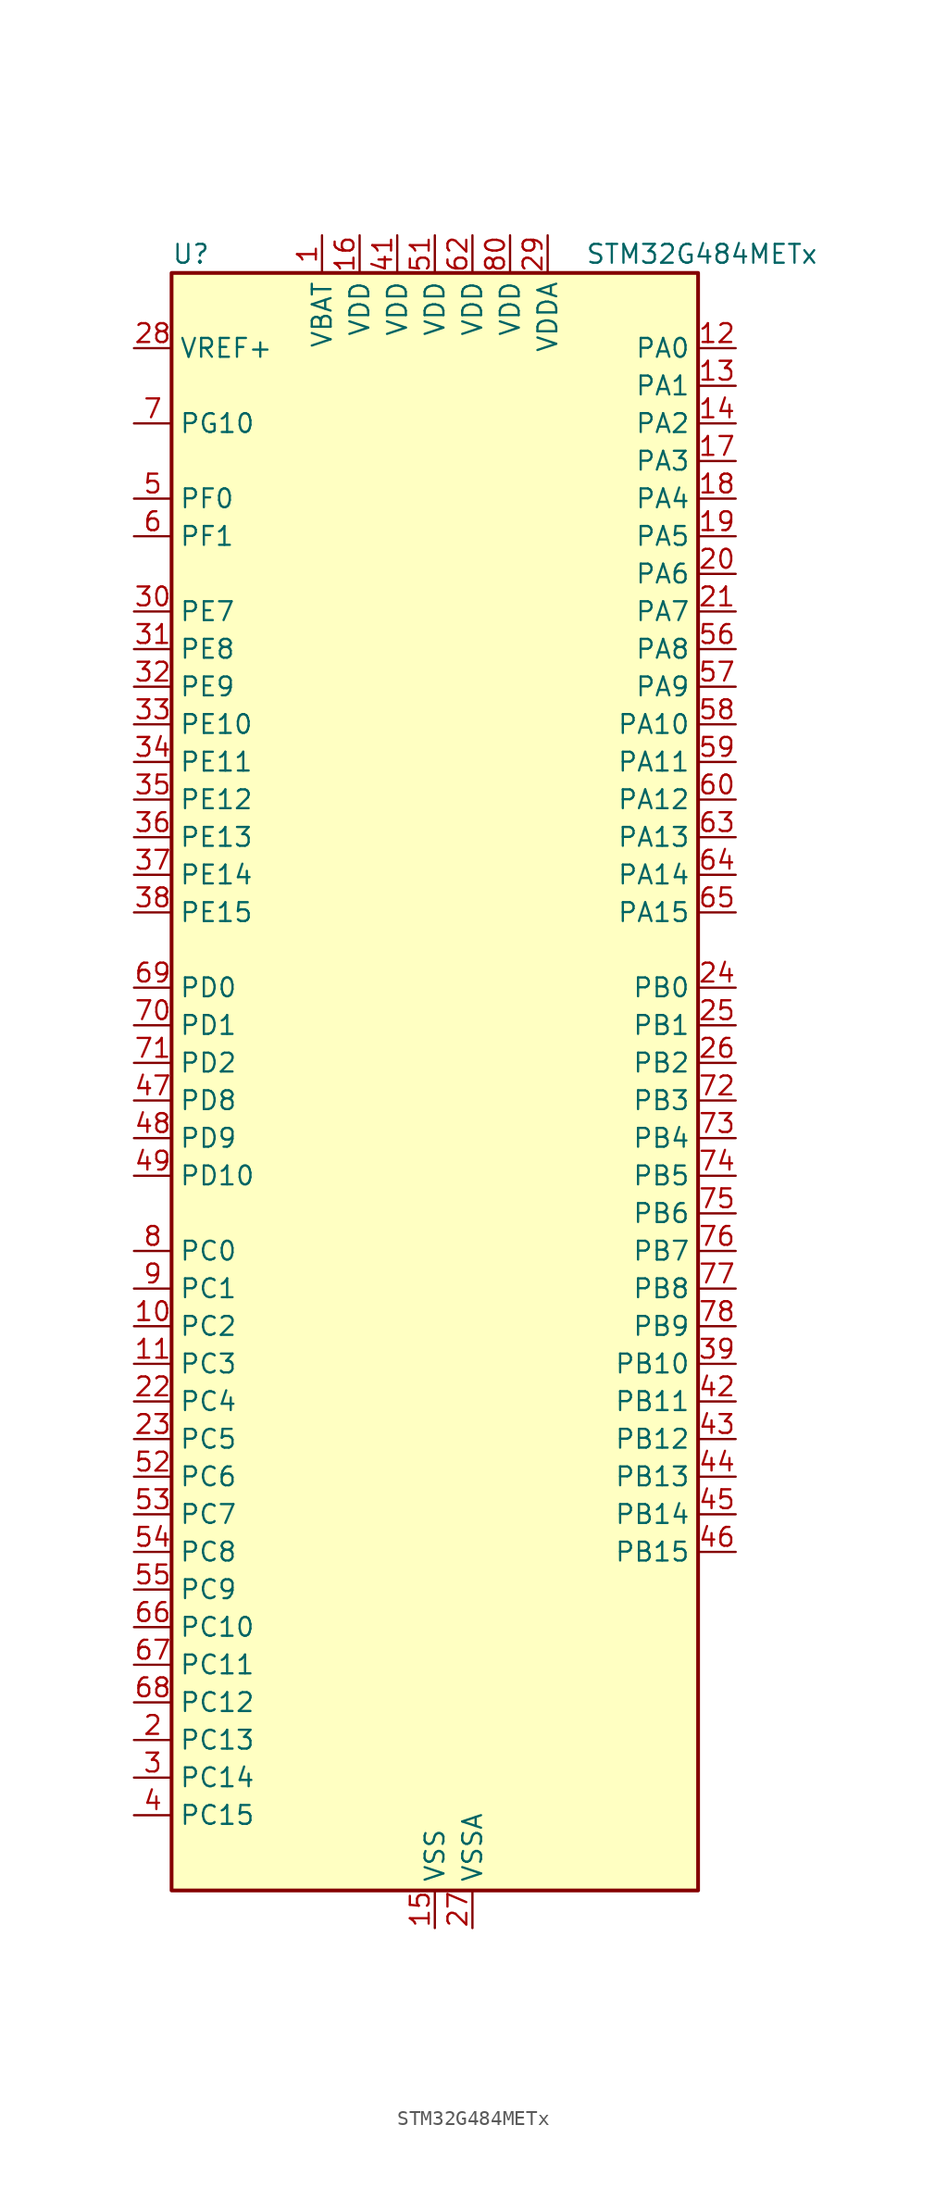
<source format=kicad_sym>
(kicad_symbol_lib
  (version 20241209)
  (generator "kicad_symbol_editor")
  (generator_version "9.0")
  (symbol "STM32G484METx"
    (property "Reference" "U"
      (at -17.78 57.15 0)
      (effects (font (size 1.27 1.27)) (justify left)))
    (property "Value" "STM32G484METx"
      (at 10.16 57.15 0)
      (effects (font (size 1.27 1.27)) (justify left)))
    (symbol "STM32G484METx_0_1"
      (rectangle (start -17.78 -53.34) (end 17.78 55.88) (stroke (width 0.254) (type default)) (fill (type background))))
    (symbol "STM32G484METx_1_1"
      (pin input line (at -20.32 50.8 0) (length 2.54) (name "VREF+" (effects (font (size 1.27 1.27)))) (number "28" (effects (font (size 1.27 1.27)))) (alternate "VREFBUF_OUT" bidirectional line))
      (pin bidirectional line (at -20.32 45.72 0) (length 2.54) (name "PG10" (effects (font (size 1.27 1.27)))) (number "7" (effects (font (size 1.27 1.27)))) (alternate "DAC1_EXTI10" bidirectional line) (alternate "DAC2_EXTI10" bidirectional line) (alternate "DAC3_EXTI10" bidirectional line) (alternate "DAC4_EXTI10" bidirectional line) (alternate "RCC_MCO" bidirectional line))
      (pin bidirectional line (at -20.32 40.64 0) (length 2.54) (name "PF0" (effects (font (size 1.27 1.27)))) (number "5" (effects (font (size 1.27 1.27)))) (alternate "ADC1_IN10" bidirectional line) (alternate "I2C2_SDA" bidirectional line) (alternate "I2S2_WS" bidirectional line) (alternate "RCC_OSC_IN" bidirectional line) (alternate "SPI2_NSS" bidirectional line) (alternate "TIM1_CH3N" bidirectional line))
      (pin bidirectional line (at -20.32 38.1 0) (length 2.54) (name "PF1" (effects (font (size 1.27 1.27)))) (number "6" (effects (font (size 1.27 1.27)))) (alternate "ADC2_IN10" bidirectional line) (alternate "COMP3_INM" bidirectional line) (alternate "I2S2_CK" bidirectional line) (alternate "RCC_OSC_OUT" bidirectional line) (alternate "SPI2_SCK" bidirectional line))
      (pin bidirectional line (at -20.32 33.02 0) (length 2.54) (name "PE7" (effects (font (size 1.27 1.27)))) (number "30" (effects (font (size 1.27 1.27)))) (alternate "ADC3_IN4" bidirectional line) (alternate "COMP4_INP" bidirectional line) (alternate "SAI1_SD_B" bidirectional line) (alternate "TIM1_ETR" bidirectional line))
      (pin bidirectional line (at -20.32 30.48 0) (length 2.54) (name "PE8" (effects (font (size 1.27 1.27)))) (number "31" (effects (font (size 1.27 1.27)))) (alternate "ADC3_IN6" bidirectional line) (alternate "ADC4_IN6" bidirectional line) (alternate "ADC5_IN6" bidirectional line) (alternate "COMP4_INM" bidirectional line) (alternate "SAI1_SCK_B" bidirectional line) (alternate "TIM1_CH1N" bidirectional line) (alternate "TIM5_CH3" bidirectional line))
      (pin bidirectional line (at -20.32 27.94 0) (length 2.54) (name "PE9" (effects (font (size 1.27 1.27)))) (number "32" (effects (font (size 1.27 1.27)))) (alternate "ADC3_IN2" bidirectional line) (alternate "DAC1_EXTI9" bidirectional line) (alternate "DAC2_EXTI9" bidirectional line) (alternate "DAC3_EXTI9" bidirectional line) (alternate "DAC4_EXTI9" bidirectional line) (alternate "SAI1_FS_B" bidirectional line) (alternate "TIM1_CH1" bidirectional line) (alternate "TIM5_CH4" bidirectional line))
      (pin bidirectional line (at -20.32 25.4 0) (length 2.54) (name "PE10" (effects (font (size 1.27 1.27)))) (number "33" (effects (font (size 1.27 1.27)))) (alternate "ADC3_IN14" bidirectional line) (alternate "ADC4_IN14" bidirectional line) (alternate "ADC5_IN14" bidirectional line) (alternate "DAC1_EXTI10" bidirectional line) (alternate "DAC2_EXTI10" bidirectional line) (alternate "DAC3_EXTI10" bidirectional line) (alternate "DAC4_EXTI10" bidirectional line) (alternate "QUADSPI1_CLK" bidirectional line) (alternate "SAI1_MCLK_B" bidirectional line) (alternate "TIM1_CH2N" bidirectional line))
      (pin bidirectional line (at -20.32 22.86 0) (length 2.54) (name "PE11" (effects (font (size 1.27 1.27)))) (number "34" (effects (font (size 1.27 1.27)))) (alternate "ADC1_EXTI11" bidirectional line) (alternate "ADC2_EXTI11" bidirectional line) (alternate "ADC3_IN15" bidirectional line) (alternate "ADC4_IN15" bidirectional line) (alternate "ADC5_IN15" bidirectional line) (alternate "QUADSPI1_BK1_NCS" bidirectional line) (alternate "SPI4_NSS" bidirectional line) (alternate "TIM1_CH2" bidirectional line))
      (pin bidirectional line (at -20.32 20.32 0) (length 2.54) (name "PE12" (effects (font (size 1.27 1.27)))) (number "35" (effects (font (size 1.27 1.27)))) (alternate "ADC3_IN16" bidirectional line) (alternate "ADC4_IN16" bidirectional line) (alternate "ADC5_IN16" bidirectional line) (alternate "QUADSPI1_BK1_IO0" bidirectional line) (alternate "SPI4_SCK" bidirectional line) (alternate "TIM1_CH3N" bidirectional line))
      (pin bidirectional line (at -20.32 17.78 0) (length 2.54) (name "PE13" (effects (font (size 1.27 1.27)))) (number "36" (effects (font (size 1.27 1.27)))) (alternate "ADC3_IN3" bidirectional line) (alternate "QUADSPI1_BK1_IO1" bidirectional line) (alternate "SPI4_MISO" bidirectional line) (alternate "TIM1_CH3" bidirectional line))
      (pin bidirectional line (at -20.32 15.24 0) (length 2.54) (name "PE14" (effects (font (size 1.27 1.27)))) (number "37" (effects (font (size 1.27 1.27)))) (alternate "ADC4_IN1" bidirectional line) (alternate "QUADSPI1_BK1_IO2" bidirectional line) (alternate "SPI4_MOSI" bidirectional line) (alternate "TIM1_BKIN2" bidirectional line) (alternate "TIM1_CH4" bidirectional line))
      (pin bidirectional line (at -20.32 12.7 0) (length 2.54) (name "PE15" (effects (font (size 1.27 1.27)))) (number "38" (effects (font (size 1.27 1.27)))) (alternate "ADC1_EXTI15" bidirectional line) (alternate "ADC2_EXTI15" bidirectional line) (alternate "ADC4_IN2" bidirectional line) (alternate "QUADSPI1_BK1_IO3" bidirectional line) (alternate "TIM1_BKIN" bidirectional line) (alternate "TIM1_CH4N" bidirectional line) (alternate "USART3_RX" bidirectional line))
      (pin bidirectional line (at -20.32 7.62 0) (length 2.54) (name "PD0" (effects (font (size 1.27 1.27)))) (number "69" (effects (font (size 1.27 1.27)))) (alternate "FDCAN1_RX" bidirectional line) (alternate "TIM8_CH4N" bidirectional line))
      (pin bidirectional line (at -20.32 5.08 0) (length 2.54) (name "PD1" (effects (font (size 1.27 1.27)))) (number "70" (effects (font (size 1.27 1.27)))) (alternate "FDCAN1_TX" bidirectional line) (alternate "TIM8_BKIN2" bidirectional line) (alternate "TIM8_CH4" bidirectional line))
      (pin bidirectional line (at -20.32 2.54 0) (length 2.54) (name "PD2" (effects (font (size 1.27 1.27)))) (number "71" (effects (font (size 1.27 1.27)))) (alternate "ADC3_EXTI2" bidirectional line) (alternate "ADC4_EXTI2" bidirectional line) (alternate "ADC5_EXTI2" bidirectional line) (alternate "TIM3_ETR" bidirectional line) (alternate "TIM8_BKIN" bidirectional line) (alternate "UART5_RX" bidirectional line))
      (pin bidirectional line (at -20.32 0 0) (length 2.54) (name "PD8" (effects (font (size 1.27 1.27)))) (number "47" (effects (font (size 1.27 1.27)))) (alternate "ADC4_IN12" bidirectional line) (alternate "ADC5_IN12" bidirectional line) (alternate "OPAMP4_VINM" bidirectional line) (alternate "OPAMP4_VINM1" bidirectional line) (alternate "OPAMP4_VINM_SEC" bidirectional line) (alternate "USART3_TX" bidirectional line))
      (pin bidirectional line (at -20.32 -2.54 0) (length 2.54) (name "PD9" (effects (font (size 1.27 1.27)))) (number "48" (effects (font (size 1.27 1.27)))) (alternate "ADC4_IN13" bidirectional line) (alternate "ADC5_IN13" bidirectional line) (alternate "DAC1_EXTI9" bidirectional line) (alternate "DAC2_EXTI9" bidirectional line) (alternate "DAC3_EXTI9" bidirectional line) (alternate "DAC4_EXTI9" bidirectional line) (alternate "OPAMP6_VINP" bidirectional line) (alternate "OPAMP6_VINP_SEC" bidirectional line) (alternate "USART3_RX" bidirectional line))
      (pin bidirectional line (at -20.32 -5.08 0) (length 2.54) (name "PD10" (effects (font (size 1.27 1.27)))) (number "49" (effects (font (size 1.27 1.27)))) (alternate "ADC3_IN7" bidirectional line) (alternate "ADC4_IN7" bidirectional line) (alternate "ADC5_IN7" bidirectional line) (alternate "COMP6_INM" bidirectional line) (alternate "DAC1_EXTI10" bidirectional line) (alternate "DAC2_EXTI10" bidirectional line) (alternate "DAC3_EXTI10" bidirectional line) (alternate "DAC4_EXTI10" bidirectional line) (alternate "USART3_CK" bidirectional line))
      (pin bidirectional line (at -20.32 -10.16 0) (length 2.54) (name "PC0" (effects (font (size 1.27 1.27)))) (number "8" (effects (font (size 1.27 1.27)))) (alternate "ADC1_IN6" bidirectional line) (alternate "ADC2_IN6" bidirectional line) (alternate "COMP3_INM" bidirectional line) (alternate "LPTIM1_IN1" bidirectional line) (alternate "LPUART1_RX" bidirectional line) (alternate "TIM1_CH1" bidirectional line))
      (pin bidirectional line (at -20.32 -12.7 0) (length 2.54) (name "PC1" (effects (font (size 1.27 1.27)))) (number "9" (effects (font (size 1.27 1.27)))) (alternate "ADC1_IN7" bidirectional line) (alternate "ADC2_IN7" bidirectional line) (alternate "COMP3_INP" bidirectional line) (alternate "LPTIM1_OUT" bidirectional line) (alternate "LPUART1_TX" bidirectional line) (alternate "QUADSPI1_BK2_IO0" bidirectional line) (alternate "SAI1_SD_A" bidirectional line) (alternate "TIM1_CH2" bidirectional line))
      (pin bidirectional line (at -20.32 -15.24 0) (length 2.54) (name "PC2" (effects (font (size 1.27 1.27)))) (number "10" (effects (font (size 1.27 1.27)))) (alternate "ADC1_IN8" bidirectional line) (alternate "ADC2_IN8" bidirectional line) (alternate "ADC3_EXTI2" bidirectional line) (alternate "ADC4_EXTI2" bidirectional line) (alternate "ADC5_EXTI2" bidirectional line) (alternate "COMP3_OUT" bidirectional line) (alternate "LPTIM1_IN2" bidirectional line) (alternate "QUADSPI1_BK2_IO1" bidirectional line) (alternate "TIM1_CH3" bidirectional line) (alternate "TIM20_CH2" bidirectional line))
      (pin bidirectional line (at -20.32 -17.78 0) (length 2.54) (name "PC3" (effects (font (size 1.27 1.27)))) (number "11" (effects (font (size 1.27 1.27)))) (alternate "ADC1_IN9" bidirectional line) (alternate "ADC2_IN9" bidirectional line) (alternate "ADC3_EXTI3" bidirectional line) (alternate "ADC4_EXTI3" bidirectional line) (alternate "ADC5_EXTI3" bidirectional line) (alternate "LPTIM1_ETR" bidirectional line) (alternate "OPAMP5_VINP" bidirectional line) (alternate "OPAMP5_VINP_SEC" bidirectional line) (alternate "QUADSPI1_BK2_IO2" bidirectional line) (alternate "SAI1_D1" bidirectional line) (alternate "SAI1_SD_A" bidirectional line) (alternate "TIM1_BKIN2" bidirectional line) (alternate "TIM1_CH4" bidirectional line))
      (pin bidirectional line (at -20.32 -20.32 0) (length 2.54) (name "PC4" (effects (font (size 1.27 1.27)))) (number "22" (effects (font (size 1.27 1.27)))) (alternate "ADC2_IN5" bidirectional line) (alternate "I2C2_SCL" bidirectional line) (alternate "QUADSPI1_BK2_IO3" bidirectional line) (alternate "TIM1_ETR" bidirectional line) (alternate "USART1_TX" bidirectional line))
      (pin bidirectional line (at -20.32 -22.86 0) (length 2.54) (name "PC5" (effects (font (size 1.27 1.27)))) (number "23" (effects (font (size 1.27 1.27)))) (alternate "ADC2_IN11" bidirectional line) (alternate "HRTIM1_EEV10" bidirectional line) (alternate "OPAMP1_VINM" bidirectional line) (alternate "OPAMP1_VINM1" bidirectional line) (alternate "OPAMP1_VINM_SEC" bidirectional line) (alternate "OPAMP2_VINM" bidirectional line) (alternate "OPAMP2_VINM1" bidirectional line) (alternate "OPAMP2_VINM_SEC" bidirectional line) (alternate "SAI1_D3" bidirectional line) (alternate "SYS_WKUP5" bidirectional line) (alternate "TIM15_BKIN" bidirectional line) (alternate "TIM1_CH4N" bidirectional line) (alternate "USART1_RX" bidirectional line))
      (pin bidirectional line (at -20.32 -25.4 0) (length 2.54) (name "PC6" (effects (font (size 1.27 1.27)))) (number "52" (effects (font (size 1.27 1.27)))) (alternate "COMP6_OUT" bidirectional line) (alternate "HRTIM1_CHF1" bidirectional line) (alternate "HRTIM1_EEV10" bidirectional line) (alternate "I2C4_SCL" bidirectional line) (alternate "I2S2_MCK" bidirectional line) (alternate "TIM3_CH1" bidirectional line) (alternate "TIM8_CH1" bidirectional line))
      (pin bidirectional line (at -20.32 -27.94 0) (length 2.54) (name "PC7" (effects (font (size 1.27 1.27)))) (number "53" (effects (font (size 1.27 1.27)))) (alternate "COMP5_OUT" bidirectional line) (alternate "HRTIM1_CHF2" bidirectional line) (alternate "HRTIM1_FLT5" bidirectional line) (alternate "I2C4_SDA" bidirectional line) (alternate "I2S3_MCK" bidirectional line) (alternate "TIM3_CH2" bidirectional line) (alternate "TIM8_CH2" bidirectional line))
      (pin bidirectional line (at -20.32 -30.48 0) (length 2.54) (name "PC8" (effects (font (size 1.27 1.27)))) (number "54" (effects (font (size 1.27 1.27)))) (alternate "COMP7_OUT" bidirectional line) (alternate "HRTIM1_CHE1" bidirectional line) (alternate "I2C3_SCL" bidirectional line) (alternate "TIM20_CH3" bidirectional line) (alternate "TIM3_CH3" bidirectional line) (alternate "TIM8_CH3" bidirectional line))
      (pin bidirectional line (at -20.32 -33.02 0) (length 2.54) (name "PC9" (effects (font (size 1.27 1.27)))) (number "55" (effects (font (size 1.27 1.27)))) (alternate "DAC1_EXTI9" bidirectional line) (alternate "DAC2_EXTI9" bidirectional line) (alternate "DAC3_EXTI9" bidirectional line) (alternate "DAC4_EXTI9" bidirectional line) (alternate "HRTIM1_CHE2" bidirectional line) (alternate "I2C3_SDA" bidirectional line) (alternate "I2S_CKIN" bidirectional line) (alternate "TIM3_CH4" bidirectional line) (alternate "TIM8_BKIN2" bidirectional line) (alternate "TIM8_CH4" bidirectional line))
      (pin bidirectional line (at -20.32 -35.56 0) (length 2.54) (name "PC10" (effects (font (size 1.27 1.27)))) (number "66" (effects (font (size 1.27 1.27)))) (alternate "DAC1_EXTI10" bidirectional line) (alternate "DAC2_EXTI10" bidirectional line) (alternate "DAC3_EXTI10" bidirectional line) (alternate "DAC4_EXTI10" bidirectional line) (alternate "HRTIM1_FLT6" bidirectional line) (alternate "I2S3_CK" bidirectional line) (alternate "SPI3_SCK" bidirectional line) (alternate "TIM8_CH1N" bidirectional line) (alternate "UART4_TX" bidirectional line) (alternate "USART3_TX" bidirectional line))
      (pin bidirectional line (at -20.32 -38.1 0) (length 2.54) (name "PC11" (effects (font (size 1.27 1.27)))) (number "67" (effects (font (size 1.27 1.27)))) (alternate "ADC1_EXTI11" bidirectional line) (alternate "ADC2_EXTI11" bidirectional line) (alternate "HRTIM1_EEV2" bidirectional line) (alternate "I2C3_SDA" bidirectional line) (alternate "SPI3_MISO" bidirectional line) (alternate "TIM8_CH2N" bidirectional line) (alternate "UART4_RX" bidirectional line) (alternate "USART3_RX" bidirectional line))
      (pin bidirectional line (at -20.32 -40.64 0) (length 2.54) (name "PC12" (effects (font (size 1.27 1.27)))) (number "68" (effects (font (size 1.27 1.27)))) (alternate "HRTIM1_EEV1" bidirectional line) (alternate "I2S3_SD" bidirectional line) (alternate "SPI3_MOSI" bidirectional line) (alternate "TIM5_CH2" bidirectional line) (alternate "TIM8_CH3N" bidirectional line) (alternate "UART5_TX" bidirectional line) (alternate "UCPD1_FRSTX1" bidirectional line) (alternate "UCPD1_FRSTX2" bidirectional line) (alternate "USART3_CK" bidirectional line))
      (pin bidirectional line (at -20.32 -43.18 0) (length 2.54) (name "PC13" (effects (font (size 1.27 1.27)))) (number "2" (effects (font (size 1.27 1.27)))) (alternate "RTC_OUT1" bidirectional line) (alternate "RTC_TAMP1" bidirectional line) (alternate "RTC_TS" bidirectional line) (alternate "SYS_WKUP2" bidirectional line) (alternate "TIM1_BKIN" bidirectional line) (alternate "TIM1_CH1N" bidirectional line) (alternate "TIM8_CH4N" bidirectional line))
      (pin bidirectional line (at -20.32 -45.72 0) (length 2.54) (name "PC14" (effects (font (size 1.27 1.27)))) (number "3" (effects (font (size 1.27 1.27)))) (alternate "RCC_OSC32_IN" bidirectional line))
      (pin bidirectional line (at -20.32 -48.26 0) (length 2.54) (name "PC15" (effects (font (size 1.27 1.27)))) (number "4" (effects (font (size 1.27 1.27)))) (alternate "ADC1_EXTI15" bidirectional line) (alternate "ADC2_EXTI15" bidirectional line) (alternate "RCC_OSC32_OUT" bidirectional line))
      (pin power_in line (at -7.62 58.42 270) (length 2.54) (name "VBAT" (effects (font (size 1.27 1.27)))) (number "1" (effects (font (size 1.27 1.27)))))
      (pin power_in line (at -5.08 58.42 270) (length 2.54) (name "VDD" (effects (font (size 1.27 1.27)))) (number "16" (effects (font (size 1.27 1.27)))))
      (pin power_in line (at -2.54 58.42 270) (length 2.54) (name "VDD" (effects (font (size 1.27 1.27)))) (number "41" (effects (font (size 1.27 1.27)))))
      (pin power_in line (at 0 58.42 270) (length 2.54) (name "VDD" (effects (font (size 1.27 1.27)))) (number "51" (effects (font (size 1.27 1.27)))))
      (pin power_in line (at 0 -55.88 90) (length 2.54) (name "VSS" (effects (font (size 1.27 1.27)))) (number "15" (effects (font (size 1.27 1.27)))))
      (pin passive line (at 0 -55.88 90) (length 2.54) (hide yes) (name "VSS" (effects (font (size 1.27 1.27)))) (number "40" (effects (font (size 1.27 1.27)))))
      (pin passive line (at 0 -55.88 90) (length 2.54) (hide yes) (name "VSS" (effects (font (size 1.27 1.27)))) (number "50" (effects (font (size 1.27 1.27)))))
      (pin passive line (at 0 -55.88 90) (length 2.54) (hide yes) (name "VSS" (effects (font (size 1.27 1.27)))) (number "61" (effects (font (size 1.27 1.27)))))
      (pin passive line (at 0 -55.88 90) (length 2.54) (hide yes) (name "VSS" (effects (font (size 1.27 1.27)))) (number "79" (effects (font (size 1.27 1.27)))))
      (pin power_in line (at 2.54 58.42 270) (length 2.54) (name "VDD" (effects (font (size 1.27 1.27)))) (number "62" (effects (font (size 1.27 1.27)))))
      (pin power_in line (at 2.54 -55.88 90) (length 2.54) (name "VSSA" (effects (font (size 1.27 1.27)))) (number "27" (effects (font (size 1.27 1.27)))))
      (pin power_in line (at 5.08 58.42 270) (length 2.54) (name "VDD" (effects (font (size 1.27 1.27)))) (number "80" (effects (font (size 1.27 1.27)))))
      (pin power_in line (at 7.62 58.42 270) (length 2.54) (name "VDDA" (effects (font (size 1.27 1.27)))) (number "29" (effects (font (size 1.27 1.27)))))
      (pin bidirectional line (at 20.32 50.8 180) (length 2.54) (name "PA0" (effects (font (size 1.27 1.27)))) (number "12" (effects (font (size 1.27 1.27)))) (alternate "ADC1_IN1" bidirectional line) (alternate "ADC2_IN1" bidirectional line) (alternate "COMP1_INM" bidirectional line) (alternate "COMP1_OUT" bidirectional line) (alternate "COMP3_INP" bidirectional line) (alternate "RTC_TAMP2" bidirectional line) (alternate "SYS_WKUP1" bidirectional line) (alternate "TIM2_CH1" bidirectional line) (alternate "TIM2_ETR" bidirectional line) (alternate "TIM5_CH1" bidirectional line) (alternate "TIM8_BKIN" bidirectional line) (alternate "TIM8_ETR" bidirectional line) (alternate "USART2_CTS" bidirectional line) (alternate "USART2_NSS" bidirectional line))
      (pin bidirectional line (at 20.32 48.26 180) (length 2.54) (name "PA1" (effects (font (size 1.27 1.27)))) (number "13" (effects (font (size 1.27 1.27)))) (alternate "ADC1_IN2" bidirectional line) (alternate "ADC2_IN2" bidirectional line) (alternate "COMP1_INP" bidirectional line) (alternate "OPAMP1_VINP" bidirectional line) (alternate "OPAMP1_VINP_SEC" bidirectional line) (alternate "OPAMP3_VINP" bidirectional line) (alternate "OPAMP3_VINP_SEC" bidirectional line) (alternate "OPAMP6_VINM" bidirectional line) (alternate "OPAMP6_VINM0" bidirectional line) (alternate "OPAMP6_VINM_SEC" bidirectional line) (alternate "RTC_REFIN" bidirectional line) (alternate "TIM15_CH1N" bidirectional line) (alternate "TIM2_CH2" bidirectional line) (alternate "TIM5_CH2" bidirectional line) (alternate "USART2_DE" bidirectional line) (alternate "USART2_RTS" bidirectional line))
      (pin bidirectional line (at 20.32 45.72 180) (length 2.54) (name "PA2" (effects (font (size 1.27 1.27)))) (number "14" (effects (font (size 1.27 1.27)))) (alternate "ADC1_IN3" bidirectional line) (alternate "ADC3_EXTI2" bidirectional line) (alternate "ADC4_EXTI2" bidirectional line) (alternate "ADC5_EXTI2" bidirectional line) (alternate "COMP2_INM" bidirectional line) (alternate "COMP2_OUT" bidirectional line) (alternate "LPUART1_TX" bidirectional line) (alternate "OPAMP1_VOUT" bidirectional line) (alternate "QUADSPI1_BK1_NCS" bidirectional line) (alternate "RCC_LSCO" bidirectional line) (alternate "SYS_WKUP4" bidirectional line) (alternate "TIM15_CH1" bidirectional line) (alternate "TIM2_CH3" bidirectional line) (alternate "TIM5_CH3" bidirectional line) (alternate "UCPD1_FRSTX1" bidirectional line) (alternate "UCPD1_FRSTX2" bidirectional line) (alternate "USART2_TX" bidirectional line))
      (pin bidirectional line (at 20.32 43.18 180) (length 2.54) (name "PA3" (effects (font (size 1.27 1.27)))) (number "17" (effects (font (size 1.27 1.27)))) (alternate "ADC1_IN4" bidirectional line) (alternate "ADC3_EXTI3" bidirectional line) (alternate "ADC4_EXTI3" bidirectional line) (alternate "ADC5_EXTI3" bidirectional line) (alternate "COMP2_INP" bidirectional line) (alternate "LPUART1_RX" bidirectional line) (alternate "OPAMP1_VINM" bidirectional line) (alternate "OPAMP1_VINM0" bidirectional line) (alternate "OPAMP1_VINM_SEC" bidirectional line) (alternate "OPAMP1_VINP" bidirectional line) (alternate "OPAMP1_VINP_SEC" bidirectional line) (alternate "OPAMP5_VINM" bidirectional line) (alternate "OPAMP5_VINM1" bidirectional line) (alternate "OPAMP5_VINM_SEC" bidirectional line) (alternate "QUADSPI1_CLK" bidirectional line) (alternate "SAI1_CK1" bidirectional line) (alternate "SAI1_MCLK_A" bidirectional line) (alternate "TIM15_CH2" bidirectional line) (alternate "TIM2_CH4" bidirectional line) (alternate "TIM5_CH4" bidirectional line) (alternate "USART2_RX" bidirectional line))
      (pin bidirectional line (at 20.32 40.64 180) (length 2.54) (name "PA4" (effects (font (size 1.27 1.27)))) (number "18" (effects (font (size 1.27 1.27)))) (alternate "ADC2_IN17" bidirectional line) (alternate "COMP1_INM" bidirectional line) (alternate "DAC1_OUT1" bidirectional line) (alternate "I2S3_WS" bidirectional line) (alternate "SAI1_FS_B" bidirectional line) (alternate "SPI1_NSS" bidirectional line) (alternate "SPI3_NSS" bidirectional line) (alternate "TIM3_CH2" bidirectional line) (alternate "USART2_CK" bidirectional line))
      (pin bidirectional line (at 20.32 38.1 180) (length 2.54) (name "PA5" (effects (font (size 1.27 1.27)))) (number "19" (effects (font (size 1.27 1.27)))) (alternate "ADC2_IN13" bidirectional line) (alternate "COMP2_INM" bidirectional line) (alternate "DAC1_OUT2" bidirectional line) (alternate "OPAMP2_VINM" bidirectional line) (alternate "OPAMP2_VINM0" bidirectional line) (alternate "OPAMP2_VINM_SEC" bidirectional line) (alternate "SPI1_SCK" bidirectional line) (alternate "TIM2_CH1" bidirectional line) (alternate "TIM2_ETR" bidirectional line) (alternate "UCPD1_FRSTX1" bidirectional line) (alternate "UCPD1_FRSTX2" bidirectional line))
      (pin bidirectional line (at 20.32 35.56 180) (length 2.54) (name "PA6" (effects (font (size 1.27 1.27)))) (number "20" (effects (font (size 1.27 1.27)))) (alternate "ADC2_IN3" bidirectional line) (alternate "COMP1_OUT" bidirectional line) (alternate "DAC2_OUT1" bidirectional line) (alternate "LPUART1_CTS" bidirectional line) (alternate "OPAMP2_VOUT" bidirectional line) (alternate "QUADSPI1_BK1_IO3" bidirectional line) (alternate "SPI1_MISO" bidirectional line) (alternate "TIM16_CH1" bidirectional line) (alternate "TIM1_BKIN" bidirectional line) (alternate "TIM3_CH1" bidirectional line) (alternate "TIM8_BKIN" bidirectional line))
      (pin bidirectional line (at 20.32 33.02 180) (length 2.54) (name "PA7" (effects (font (size 1.27 1.27)))) (number "21" (effects (font (size 1.27 1.27)))) (alternate "ADC2_IN4" bidirectional line) (alternate "COMP2_INP" bidirectional line) (alternate "COMP2_OUT" bidirectional line) (alternate "OPAMP1_VINP" bidirectional line) (alternate "OPAMP1_VINP_SEC" bidirectional line) (alternate "OPAMP2_VINP" bidirectional line) (alternate "OPAMP2_VINP_SEC" bidirectional line) (alternate "QUADSPI1_BK1_IO2" bidirectional line) (alternate "SPI1_MOSI" bidirectional line) (alternate "TIM17_CH1" bidirectional line) (alternate "TIM1_CH1N" bidirectional line) (alternate "TIM3_CH2" bidirectional line) (alternate "TIM8_CH1N" bidirectional line) (alternate "UCPD1_FRSTX1" bidirectional line) (alternate "UCPD1_FRSTX2" bidirectional line))
      (pin bidirectional line (at 20.32 30.48 180) (length 2.54) (name "PA8" (effects (font (size 1.27 1.27)))) (number "56" (effects (font (size 1.27 1.27)))) (alternate "ADC5_IN1" bidirectional line) (alternate "COMP7_OUT" bidirectional line) (alternate "FDCAN3_RX" bidirectional line) (alternate "HRTIM1_CHA1" bidirectional line) (alternate "I2C2_SDA" bidirectional line) (alternate "I2C3_SCL" bidirectional line) (alternate "I2S2_MCK" bidirectional line) (alternate "OPAMP5_VOUT" bidirectional line) (alternate "RCC_MCO" bidirectional line) (alternate "SAI1_CK2" bidirectional line) (alternate "SAI1_SCK_A" bidirectional line) (alternate "TIM1_CH1" bidirectional line) (alternate "TIM4_ETR" bidirectional line) (alternate "USART1_CK" bidirectional line))
      (pin bidirectional line (at 20.32 27.94 180) (length 2.54) (name "PA9" (effects (font (size 1.27 1.27)))) (number "57" (effects (font (size 1.27 1.27)))) (alternate "ADC5_IN2" bidirectional line) (alternate "COMP5_OUT" bidirectional line) (alternate "DAC1_EXTI9" bidirectional line) (alternate "DAC2_EXTI9" bidirectional line) (alternate "DAC3_EXTI9" bidirectional line) (alternate "DAC4_EXTI9" bidirectional line) (alternate "HRTIM1_CHA2" bidirectional line) (alternate "I2C2_SCL" bidirectional line) (alternate "I2C3_SMBA" bidirectional line) (alternate "I2S3_MCK" bidirectional line) (alternate "SAI1_FS_A" bidirectional line) (alternate "TIM15_BKIN" bidirectional line) (alternate "TIM1_CH2" bidirectional line) (alternate "TIM2_CH3" bidirectional line) (alternate "UCPD1_DBCC1" bidirectional line) (alternate "USART1_TX" bidirectional line))
      (pin bidirectional line (at 20.32 25.4 180) (length 2.54) (name "PA10" (effects (font (size 1.27 1.27)))) (number "58" (effects (font (size 1.27 1.27)))) (alternate "COMP6_OUT" bidirectional line) (alternate "CRS_SYNC" bidirectional line) (alternate "DAC1_EXTI10" bidirectional line) (alternate "DAC2_EXTI10" bidirectional line) (alternate "DAC3_EXTI10" bidirectional line) (alternate "DAC4_EXTI10" bidirectional line) (alternate "HRTIM1_CHB1" bidirectional line) (alternate "I2C2_SMBA" bidirectional line) (alternate "SAI1_D1" bidirectional line) (alternate "SAI1_SD_A" bidirectional line) (alternate "SPI2_MISO" bidirectional line) (alternate "TIM17_BKIN" bidirectional line) (alternate "TIM1_CH3" bidirectional line) (alternate "TIM2_CH4" bidirectional line) (alternate "TIM8_BKIN" bidirectional line) (alternate "UCPD1_DBCC2" bidirectional line) (alternate "USART1_RX" bidirectional line))
      (pin bidirectional line (at 20.32 22.86 180) (length 2.54) (name "PA11" (effects (font (size 1.27 1.27)))) (number "59" (effects (font (size 1.27 1.27)))) (alternate "ADC1_EXTI11" bidirectional line) (alternate "ADC2_EXTI11" bidirectional line) (alternate "COMP1_OUT" bidirectional line) (alternate "FDCAN1_RX" bidirectional line) (alternate "HRTIM1_CHB2" bidirectional line) (alternate "I2S2_SD" bidirectional line) (alternate "SPI2_MOSI" bidirectional line) (alternate "TIM1_BKIN2" bidirectional line) (alternate "TIM1_CH1N" bidirectional line) (alternate "TIM1_CH4" bidirectional line) (alternate "TIM4_CH1" bidirectional line) (alternate "USART1_CTS" bidirectional line) (alternate "USART1_NSS" bidirectional line) (alternate "USB_DM" bidirectional line))
      (pin bidirectional line (at 20.32 20.32 180) (length 2.54) (name "PA12" (effects (font (size 1.27 1.27)))) (number "60" (effects (font (size 1.27 1.27)))) (alternate "COMP2_OUT" bidirectional line) (alternate "FDCAN1_TX" bidirectional line) (alternate "HRTIM1_FLT1" bidirectional line) (alternate "I2S_CKIN" bidirectional line) (alternate "TIM16_CH1" bidirectional line) (alternate "TIM1_CH2N" bidirectional line) (alternate "TIM1_ETR" bidirectional line) (alternate "TIM4_CH2" bidirectional line) (alternate "USART1_DE" bidirectional line) (alternate "USART1_RTS" bidirectional line) (alternate "USB_DP" bidirectional line))
      (pin bidirectional line (at 20.32 17.78 180) (length 2.54) (name "PA13" (effects (font (size 1.27 1.27)))) (number "63" (effects (font (size 1.27 1.27)))) (alternate "I2C1_SCL" bidirectional line) (alternate "I2C4_SCL" bidirectional line) (alternate "IR_OUT" bidirectional line) (alternate "SAI1_SD_B" bidirectional line) (alternate "SYS_JTMS-SWDIO" bidirectional line) (alternate "TIM16_CH1N" bidirectional line) (alternate "TIM4_CH3" bidirectional line) (alternate "USART3_CTS" bidirectional line) (alternate "USART3_NSS" bidirectional line))
      (pin bidirectional line (at 20.32 15.24 180) (length 2.54) (name "PA14" (effects (font (size 1.27 1.27)))) (number "64" (effects (font (size 1.27 1.27)))) (alternate "I2C1_SDA" bidirectional line) (alternate "I2C4_SMBA" bidirectional line) (alternate "LPTIM1_OUT" bidirectional line) (alternate "SAI1_FS_B" bidirectional line) (alternate "SYS_JTCK-SWCLK" bidirectional line) (alternate "TIM1_BKIN" bidirectional line) (alternate "TIM8_CH2" bidirectional line) (alternate "USART2_TX" bidirectional line))
      (pin bidirectional line (at 20.32 12.7 180) (length 2.54) (name "PA15" (effects (font (size 1.27 1.27)))) (number "65" (effects (font (size 1.27 1.27)))) (alternate "ADC1_EXTI15" bidirectional line) (alternate "ADC2_EXTI15" bidirectional line) (alternate "FDCAN3_TX" bidirectional line) (alternate "HRTIM1_FLT2" bidirectional line) (alternate "I2C1_SCL" bidirectional line) (alternate "I2S3_WS" bidirectional line) (alternate "SPI1_NSS" bidirectional line) (alternate "SPI3_NSS" bidirectional line) (alternate "SYS_JTDI" bidirectional line) (alternate "TIM1_BKIN" bidirectional line) (alternate "TIM2_CH1" bidirectional line) (alternate "TIM2_ETR" bidirectional line) (alternate "TIM8_CH1" bidirectional line) (alternate "UART4_DE" bidirectional line) (alternate "UART4_RTS" bidirectional line) (alternate "USART2_RX" bidirectional line))
      (pin bidirectional line (at 20.32 7.62 180) (length 2.54) (name "PB0" (effects (font (size 1.27 1.27)))) (number "24" (effects (font (size 1.27 1.27)))) (alternate "ADC1_IN15" bidirectional line) (alternate "ADC3_IN12" bidirectional line) (alternate "COMP4_INP" bidirectional line) (alternate "HRTIM1_FLT5" bidirectional line) (alternate "OPAMP2_VINP" bidirectional line) (alternate "OPAMP2_VINP_SEC" bidirectional line) (alternate "OPAMP3_VINP" bidirectional line) (alternate "OPAMP3_VINP_SEC" bidirectional line) (alternate "QUADSPI1_BK1_IO1" bidirectional line) (alternate "TIM1_CH2N" bidirectional line) (alternate "TIM3_CH3" bidirectional line) (alternate "TIM8_CH2N" bidirectional line) (alternate "UCPD1_FRSTX1" bidirectional line) (alternate "UCPD1_FRSTX2" bidirectional line))
      (pin bidirectional line (at 20.32 5.08 180) (length 2.54) (name "PB1" (effects (font (size 1.27 1.27)))) (number "25" (effects (font (size 1.27 1.27)))) (alternate "ADC1_IN12" bidirectional line) (alternate "ADC3_IN1" bidirectional line) (alternate "COMP1_INP" bidirectional line) (alternate "COMP4_OUT" bidirectional line) (alternate "HRTIM1_SCOUT" bidirectional line) (alternate "LPUART1_DE" bidirectional line) (alternate "LPUART1_RTS" bidirectional line) (alternate "OPAMP3_VOUT" bidirectional line) (alternate "OPAMP6_VINM" bidirectional line) (alternate "OPAMP6_VINM1" bidirectional line) (alternate "OPAMP6_VINM_SEC" bidirectional line) (alternate "QUADSPI1_BK1_IO0" bidirectional line) (alternate "TIM1_CH3N" bidirectional line) (alternate "TIM3_CH4" bidirectional line) (alternate "TIM8_CH3N" bidirectional line))
      (pin bidirectional line (at 20.32 2.54 180) (length 2.54) (name "PB2" (effects (font (size 1.27 1.27)))) (number "26" (effects (font (size 1.27 1.27)))) (alternate "ADC2_IN12" bidirectional line) (alternate "ADC3_EXTI2" bidirectional line) (alternate "ADC4_EXTI2" bidirectional line) (alternate "ADC5_EXTI2" bidirectional line) (alternate "COMP4_INM" bidirectional line) (alternate "HRTIM1_SCIN" bidirectional line) (alternate "I2C3_SMBA" bidirectional line) (alternate "LPTIM1_OUT" bidirectional line) (alternate "OPAMP3_VINM" bidirectional line) (alternate "OPAMP3_VINM0" bidirectional line) (alternate "OPAMP3_VINM_SEC" bidirectional line) (alternate "QUADSPI1_BK2_IO1" bidirectional line) (alternate "RTC_OUT2" bidirectional line) (alternate "TIM20_CH1" bidirectional line) (alternate "TIM5_CH1" bidirectional line))
      (pin bidirectional line (at 20.32 0 180) (length 2.54) (name "PB3" (effects (font (size 1.27 1.27)))) (number "72" (effects (font (size 1.27 1.27)))) (alternate "ADC3_EXTI3" bidirectional line) (alternate "ADC4_EXTI3" bidirectional line) (alternate "ADC5_EXTI3" bidirectional line) (alternate "CRS_SYNC" bidirectional line) (alternate "FDCAN3_RX" bidirectional line) (alternate "HRTIM1_EEV9" bidirectional line) (alternate "HRTIM1_SCOUT" bidirectional line) (alternate "I2S3_CK" bidirectional line) (alternate "SAI1_SCK_B" bidirectional line) (alternate "SPI1_SCK" bidirectional line) (alternate "SPI3_SCK" bidirectional line) (alternate "SYS_JTDO-SWO" bidirectional line) (alternate "TIM2_CH2" bidirectional line) (alternate "TIM3_ETR" bidirectional line) (alternate "TIM4_ETR" bidirectional line) (alternate "TIM8_CH1N" bidirectional line) (alternate "USART2_TX" bidirectional line))
      (pin bidirectional line (at 20.32 -2.54 180) (length 2.54) (name "PB4" (effects (font (size 1.27 1.27)))) (number "73" (effects (font (size 1.27 1.27)))) (alternate "FDCAN3_TX" bidirectional line) (alternate "HRTIM1_EEV7" bidirectional line) (alternate "SAI1_MCLK_B" bidirectional line) (alternate "SPI1_MISO" bidirectional line) (alternate "SPI3_MISO" bidirectional line) (alternate "SYS_JTRST" bidirectional line) (alternate "TIM16_CH1" bidirectional line) (alternate "TIM17_BKIN" bidirectional line) (alternate "TIM3_CH1" bidirectional line) (alternate "TIM8_CH2N" bidirectional line) (alternate "UART5_DE" bidirectional line) (alternate "UART5_RTS" bidirectional line) (alternate "UCPD1_CC2" bidirectional line) (alternate "USART2_RX" bidirectional line))
      (pin bidirectional line (at 20.32 -5.08 180) (length 2.54) (name "PB5" (effects (font (size 1.27 1.27)))) (number "74" (effects (font (size 1.27 1.27)))) (alternate "FDCAN2_RX" bidirectional line) (alternate "HRTIM1_EEV6" bidirectional line) (alternate "I2C1_SMBA" bidirectional line) (alternate "I2C3_SDA" bidirectional line) (alternate "I2S3_SD" bidirectional line) (alternate "LPTIM1_IN1" bidirectional line) (alternate "SAI1_SD_B" bidirectional line) (alternate "SPI1_MOSI" bidirectional line) (alternate "SPI3_MOSI" bidirectional line) (alternate "TIM16_BKIN" bidirectional line) (alternate "TIM17_CH1" bidirectional line) (alternate "TIM3_CH2" bidirectional line) (alternate "TIM8_CH3N" bidirectional line) (alternate "UART5_CTS" bidirectional line) (alternate "USART2_CK" bidirectional line))
      (pin bidirectional line (at 20.32 -7.62 180) (length 2.54) (name "PB6" (effects (font (size 1.27 1.27)))) (number "75" (effects (font (size 1.27 1.27)))) (alternate "COMP4_OUT" bidirectional line) (alternate "FDCAN2_TX" bidirectional line) (alternate "HRTIM1_EEV4" bidirectional line) (alternate "HRTIM1_SCIN" bidirectional line) (alternate "LPTIM1_ETR" bidirectional line) (alternate "SAI1_FS_B" bidirectional line) (alternate "TIM16_CH1N" bidirectional line) (alternate "TIM4_CH1" bidirectional line) (alternate "TIM8_BKIN2" bidirectional line) (alternate "TIM8_CH1" bidirectional line) (alternate "TIM8_ETR" bidirectional line) (alternate "UCPD1_CC1" bidirectional line) (alternate "USART1_TX" bidirectional line))
      (pin bidirectional line (at 20.32 -10.16 180) (length 2.54) (name "PB7" (effects (font (size 1.27 1.27)))) (number "76" (effects (font (size 1.27 1.27)))) (alternate "COMP3_OUT" bidirectional line) (alternate "HRTIM1_EEV3" bidirectional line) (alternate "I2C1_SDA" bidirectional line) (alternate "I2C4_SDA" bidirectional line) (alternate "LPTIM1_IN2" bidirectional line) (alternate "SYS_PVD_IN" bidirectional line) (alternate "TIM17_CH1N" bidirectional line) (alternate "TIM3_CH4" bidirectional line) (alternate "TIM4_CH2" bidirectional line) (alternate "TIM8_BKIN" bidirectional line) (alternate "UART4_CTS" bidirectional line) (alternate "USART1_RX" bidirectional line))
      (pin bidirectional line (at 20.32 -12.7 180) (length 2.54) (name "PB8" (effects (font (size 1.27 1.27)))) (number "77" (effects (font (size 1.27 1.27)))) (alternate "COMP1_OUT" bidirectional line) (alternate "FDCAN1_RX" bidirectional line) (alternate "HRTIM1_EEV8" bidirectional line) (alternate "I2C1_SCL" bidirectional line) (alternate "SAI1_CK1" bidirectional line) (alternate "SAI1_MCLK_A" bidirectional line) (alternate "TIM16_CH1" bidirectional line) (alternate "TIM1_BKIN" bidirectional line) (alternate "TIM4_CH3" bidirectional line) (alternate "TIM8_CH2" bidirectional line) (alternate "USART3_RX" bidirectional line))
      (pin bidirectional line (at 20.32 -15.24 180) (length 2.54) (name "PB9" (effects (font (size 1.27 1.27)))) (number "78" (effects (font (size 1.27 1.27)))) (alternate "COMP2_OUT" bidirectional line) (alternate "DAC1_EXTI9" bidirectional line) (alternate "DAC2_EXTI9" bidirectional line) (alternate "DAC3_EXTI9" bidirectional line) (alternate "DAC4_EXTI9" bidirectional line) (alternate "FDCAN1_TX" bidirectional line) (alternate "HRTIM1_EEV5" bidirectional line) (alternate "I2C1_SDA" bidirectional line) (alternate "IR_OUT" bidirectional line) (alternate "SAI1_D2" bidirectional line) (alternate "SAI1_FS_A" bidirectional line) (alternate "TIM17_CH1" bidirectional line) (alternate "TIM1_CH3N" bidirectional line) (alternate "TIM4_CH4" bidirectional line) (alternate "TIM8_CH3" bidirectional line) (alternate "USART3_TX" bidirectional line))
      (pin bidirectional line (at 20.32 -17.78 180) (length 2.54) (name "PB10" (effects (font (size 1.27 1.27)))) (number "39" (effects (font (size 1.27 1.27)))) (alternate "COMP5_INM" bidirectional line) (alternate "DAC1_EXTI10" bidirectional line) (alternate "DAC2_EXTI10" bidirectional line) (alternate "DAC3_EXTI10" bidirectional line) (alternate "DAC4_EXTI10" bidirectional line) (alternate "HRTIM1_FLT3" bidirectional line) (alternate "LPUART1_RX" bidirectional line) (alternate "OPAMP3_VINM" bidirectional line) (alternate "OPAMP3_VINM1" bidirectional line) (alternate "OPAMP3_VINM_SEC" bidirectional line) (alternate "OPAMP4_VINM" bidirectional line) (alternate "OPAMP4_VINM0" bidirectional line) (alternate "OPAMP4_VINM_SEC" bidirectional line) (alternate "QUADSPI1_CLK" bidirectional line) (alternate "SAI1_SCK_A" bidirectional line) (alternate "TIM1_BKIN" bidirectional line) (alternate "TIM2_CH3" bidirectional line) (alternate "USART3_TX" bidirectional line))
      (pin bidirectional line (at 20.32 -20.32 180) (length 2.54) (name "PB11" (effects (font (size 1.27 1.27)))) (number "42" (effects (font (size 1.27 1.27)))) (alternate "ADC1_EXTI11" bidirectional line) (alternate "ADC1_IN14" bidirectional line) (alternate "ADC2_EXTI11" bidirectional line) (alternate "ADC2_IN14" bidirectional line) (alternate "COMP6_INP" bidirectional line) (alternate "HRTIM1_FLT4" bidirectional line) (alternate "LPUART1_TX" bidirectional line) (alternate "OPAMP4_VINP" bidirectional line) (alternate "OPAMP4_VINP_SEC" bidirectional line) (alternate "OPAMP6_VOUT" bidirectional line) (alternate "QUADSPI1_BK1_NCS" bidirectional line) (alternate "TIM2_CH4" bidirectional line) (alternate "USART3_RX" bidirectional line))
      (pin bidirectional line (at 20.32 -22.86 180) (length 2.54) (name "PB12" (effects (font (size 1.27 1.27)))) (number "43" (effects (font (size 1.27 1.27)))) (alternate "ADC1_IN11" bidirectional line) (alternate "ADC4_IN3" bidirectional line) (alternate "COMP7_INM" bidirectional line) (alternate "FDCAN2_RX" bidirectional line) (alternate "HRTIM1_CHC1" bidirectional line) (alternate "I2C2_SMBA" bidirectional line) (alternate "I2S2_WS" bidirectional line) (alternate "LPUART1_DE" bidirectional line) (alternate "LPUART1_RTS" bidirectional line) (alternate "OPAMP4_VOUT" bidirectional line) (alternate "OPAMP6_VINP" bidirectional line) (alternate "OPAMP6_VINP_SEC" bidirectional line) (alternate "SPI2_NSS" bidirectional line) (alternate "TIM1_BKIN" bidirectional line) (alternate "TIM5_ETR" bidirectional line) (alternate "USART3_CK" bidirectional line))
      (pin bidirectional line (at 20.32 -25.4 180) (length 2.54) (name "PB13" (effects (font (size 1.27 1.27)))) (number "44" (effects (font (size 1.27 1.27)))) (alternate "ADC3_IN5" bidirectional line) (alternate "COMP5_INP" bidirectional line) (alternate "FDCAN2_TX" bidirectional line) (alternate "HRTIM1_CHC2" bidirectional line) (alternate "I2S2_CK" bidirectional line) (alternate "LPUART1_CTS" bidirectional line) (alternate "OPAMP3_VINP" bidirectional line) (alternate "OPAMP3_VINP_SEC" bidirectional line) (alternate "OPAMP4_VINP" bidirectional line) (alternate "OPAMP4_VINP_SEC" bidirectional line) (alternate "OPAMP6_VINP" bidirectional line) (alternate "OPAMP6_VINP_SEC" bidirectional line) (alternate "SPI2_SCK" bidirectional line) (alternate "TIM1_CH1N" bidirectional line) (alternate "USART3_CTS" bidirectional line) (alternate "USART3_NSS" bidirectional line))
      (pin bidirectional line (at 20.32 -27.94 180) (length 2.54) (name "PB14" (effects (font (size 1.27 1.27)))) (number "45" (effects (font (size 1.27 1.27)))) (alternate "ADC1_IN5" bidirectional line) (alternate "ADC4_IN4" bidirectional line) (alternate "COMP4_OUT" bidirectional line) (alternate "COMP7_INP" bidirectional line) (alternate "HRTIM1_CHD1" bidirectional line) (alternate "OPAMP2_VINP" bidirectional line) (alternate "OPAMP2_VINP_SEC" bidirectional line) (alternate "OPAMP5_VINP" bidirectional line) (alternate "OPAMP5_VINP_SEC" bidirectional line) (alternate "SPI2_MISO" bidirectional line) (alternate "TIM15_CH1" bidirectional line) (alternate "TIM1_CH2N" bidirectional line) (alternate "USART3_DE" bidirectional line) (alternate "USART3_RTS" bidirectional line))
      (pin bidirectional line (at 20.32 -30.48 180) (length 2.54) (name "PB15" (effects (font (size 1.27 1.27)))) (number "46" (effects (font (size 1.27 1.27)))) (alternate "ADC1_EXTI15" bidirectional line) (alternate "ADC2_EXTI15" bidirectional line) (alternate "ADC2_IN15" bidirectional line) (alternate "ADC4_IN5" bidirectional line) (alternate "COMP3_OUT" bidirectional line) (alternate "COMP6_INM" bidirectional line) (alternate "HRTIM1_CHD2" bidirectional line) (alternate "I2S2_SD" bidirectional line) (alternate "OPAMP5_VINM" bidirectional line) (alternate "OPAMP5_VINM0" bidirectional line) (alternate "OPAMP5_VINM_SEC" bidirectional line) (alternate "RTC_REFIN" bidirectional line) (alternate "SPI2_MOSI" bidirectional line) (alternate "TIM15_CH1N" bidirectional line) (alternate "TIM15_CH2" bidirectional line) (alternate "TIM1_CH3N" bidirectional line)))))
</source>
